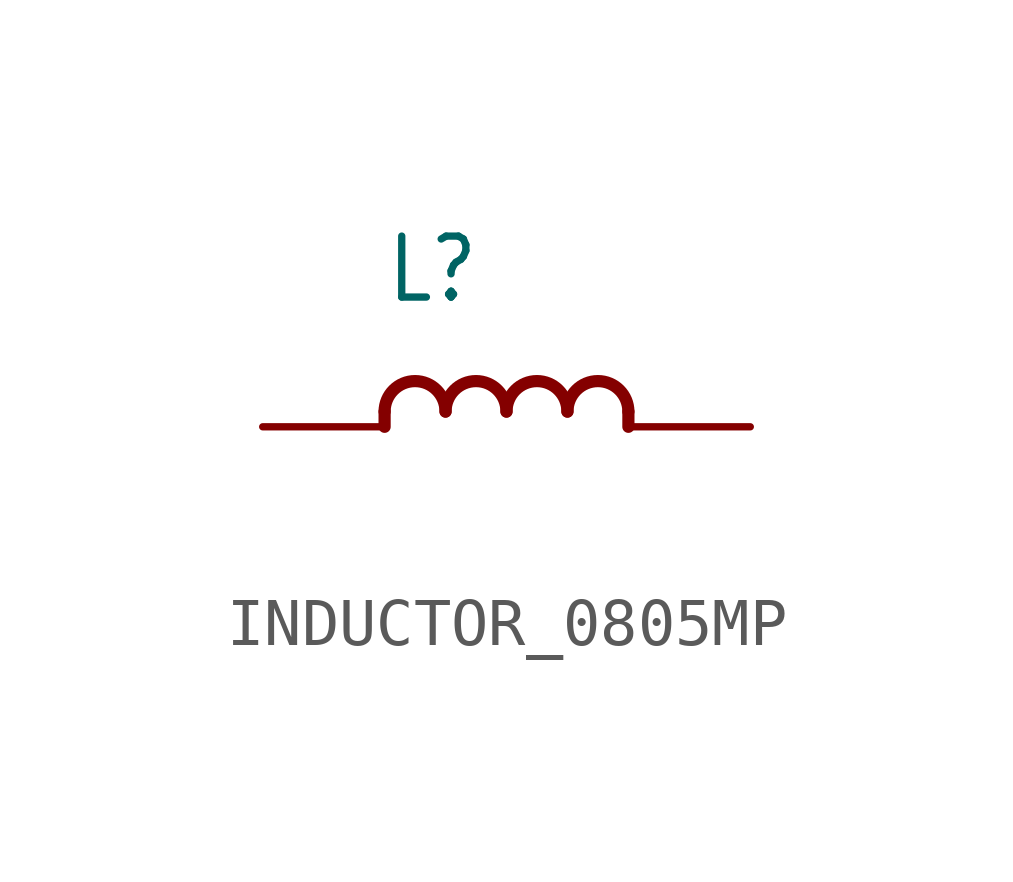
<source format=kicad_sym>
(kicad_symbol_lib
  (version 20220914)
  (generator kicad_symbol_editor)
  (symbol "INDUCTOR_0805MP"
    (property "Reference" "L"
      (at -2.54 2.54 0)
      (effects (font (size 1.27 1.079)) (justify left bottom)))
    (property "Value" ""
      (at -2.54 -2.54 0)
      (effects (font (size 1.27 1.079)) (justify left bottom)))
    (property "ki_locked" ""
      (at 0 0 0)
      (effects (font (size 1.27 1.27))))
    (symbol "INDUCTOR_0805MP_1_0"
      (arc (start -1.27 0.3173) (mid -1.9049 0.9524) (end -2.54 0.3175) (stroke (width 0.254) (type solid)) (fill (type none)))
      (polyline (pts (xy -2.54 0.318) (xy -2.54 0)) (stroke (width 0.254) (type solid)) (fill (type none)))
      (polyline (pts (xy 2.54 0.318) (xy 2.54 0)) (stroke (width 0.254) (type solid)) (fill (type none)))
      (arc (start 0 0.3173) (mid -0.6349 0.9524) (end -1.27 0.3175) (stroke (width 0.254) (type solid)) (fill (type none)))
      (arc (start 1.27 0.3173) (mid 0.6351 0.9524) (end 0 0.3175) (stroke (width 0.254) (type solid)) (fill (type none)))
      (arc (start 2.54 0.3173) (mid 1.9051 0.9524) (end 1.27 0.3175) (stroke (width 0.254) (type solid)) (fill (type none)))
      (pin passive line (at -5.08 0 0) (length 2.54) (name "1" (effects (font (size 0 0)))) (number "1" (effects (font (size 0 0)))))
      (pin passive line (at 5.08 0 180) (length 2.54) (name "2" (effects (font (size 0 0)))) (number "2" (effects (font (size 0 0))))))))
</source>
